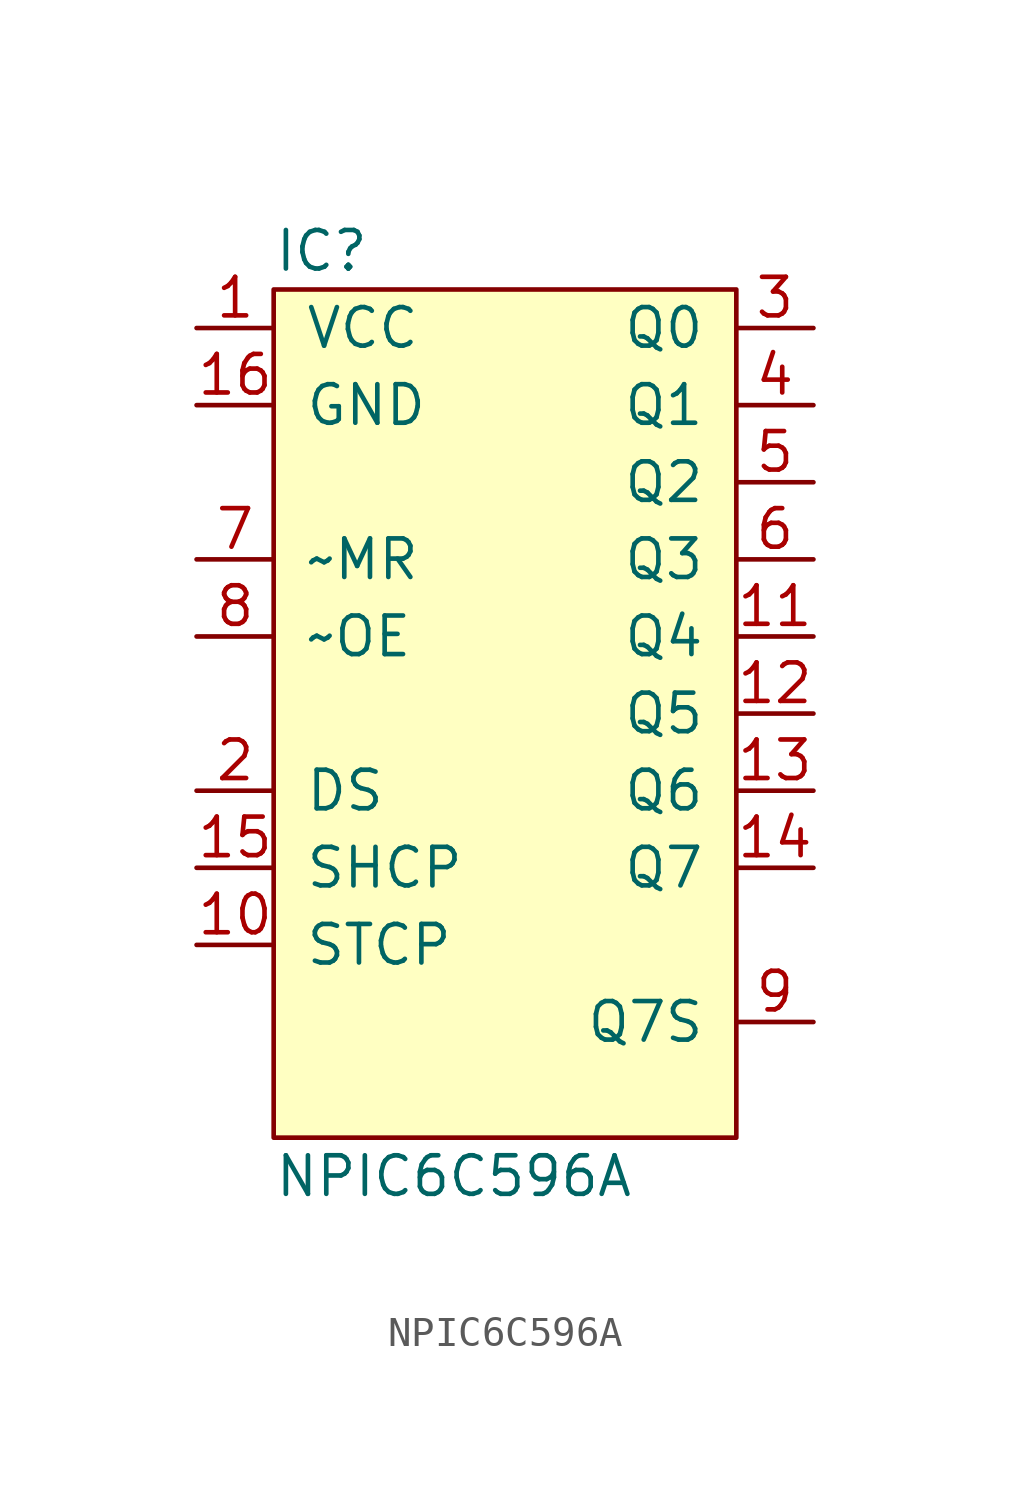
<source format=kicad_sym>
(kicad_symbol_lib
  (version 20211014)
  (generator agg_kicad.build_lib_ic)
  (symbol "NPIC6C596A"
    (pin_names
      (offset 1.016))
    (property Reference IC
      (at -7.62 15.24 0)
      (effects (font (size 1.27 1.27)) (justify left)))
    (property Value "NPIC6C596A"
      (at -7.62 -15.24 0)
      (effects (font (size 1.27 1.27)) (justify left)))
    (symbol "NPIC6C596A_0_0"
      (rectangle (start -7.62 13.97) (end 7.62 -13.97) (stroke (width 0) (type default) (color 0 0 0 0)) (fill (type background)))
      (pin power_in line (at -10.16 12.7 0) (length 2.54) (name VCC (effects (font (size 1.27 1.27)))) (number "1" (effects (font (size 1.27 1.27)))))
      (pin power_in line (at -10.16 10.16 0) (length 2.54) (name GND (effects (font (size 1.27 1.27)))) (number "16" (effects (font (size 1.27 1.27)))))
      (pin input line (at -10.16 5.08 0) (length 2.54) (name "~MR" (effects (font (size 1.27 1.27)))) (number "7" (effects (font (size 1.27 1.27)))))
      (pin input line (at -10.16 2.54 0) (length 2.54) (name "~OE" (effects (font (size 1.27 1.27)))) (number "8" (effects (font (size 1.27 1.27)))))
      (pin input line (at -10.16 -2.54 0) (length 2.54) (name DS (effects (font (size 1.27 1.27)))) (number "2" (effects (font (size 1.27 1.27)))))
      (pin input line (at -10.16 -5.08 0) (length 2.54) (name SHCP (effects (font (size 1.27 1.27)))) (number "15" (effects (font (size 1.27 1.27)))))
      (pin input line (at -10.16 -7.62 0) (length 2.54) (name STCP (effects (font (size 1.27 1.27)))) (number "10" (effects (font (size 1.27 1.27)))))
      (pin open_collector line (at 10.16 12.7 180) (length 2.54) (name "Q0" (effects (font (size 1.27 1.27)))) (number "3" (effects (font (size 1.27 1.27)))))
      (pin open_collector line (at 10.16 10.16 180) (length 2.54) (name "Q1" (effects (font (size 1.27 1.27)))) (number "4" (effects (font (size 1.27 1.27)))))
      (pin open_collector line (at 10.16 7.62 180) (length 2.54) (name "Q2" (effects (font (size 1.27 1.27)))) (number "5" (effects (font (size 1.27 1.27)))))
      (pin open_collector line (at 10.16 5.08 180) (length 2.54) (name "Q3" (effects (font (size 1.27 1.27)))) (number "6" (effects (font (size 1.27 1.27)))))
      (pin open_collector line (at 10.16 2.54 180) (length 2.54) (name "Q4" (effects (font (size 1.27 1.27)))) (number "11" (effects (font (size 1.27 1.27)))))
      (pin open_collector line (at 10.16 0 180) (length 2.54) (name "Q5" (effects (font (size 1.27 1.27)))) (number "12" (effects (font (size 1.27 1.27)))))
      (pin open_collector line (at 10.16 -2.54 180) (length 2.54) (name "Q6" (effects (font (size 1.27 1.27)))) (number "13" (effects (font (size 1.27 1.27)))))
      (pin open_collector line (at 10.16 -5.08 180) (length 2.54) (name "Q7" (effects (font (size 1.27 1.27)))) (number "14" (effects (font (size 1.27 1.27)))))
      (pin output line (at 10.16 -10.16 180) (length 2.54) (name "Q7S" (effects (font (size 1.27 1.27)))) (number "9" (effects (font (size 1.27 1.27))))))))
</source>
